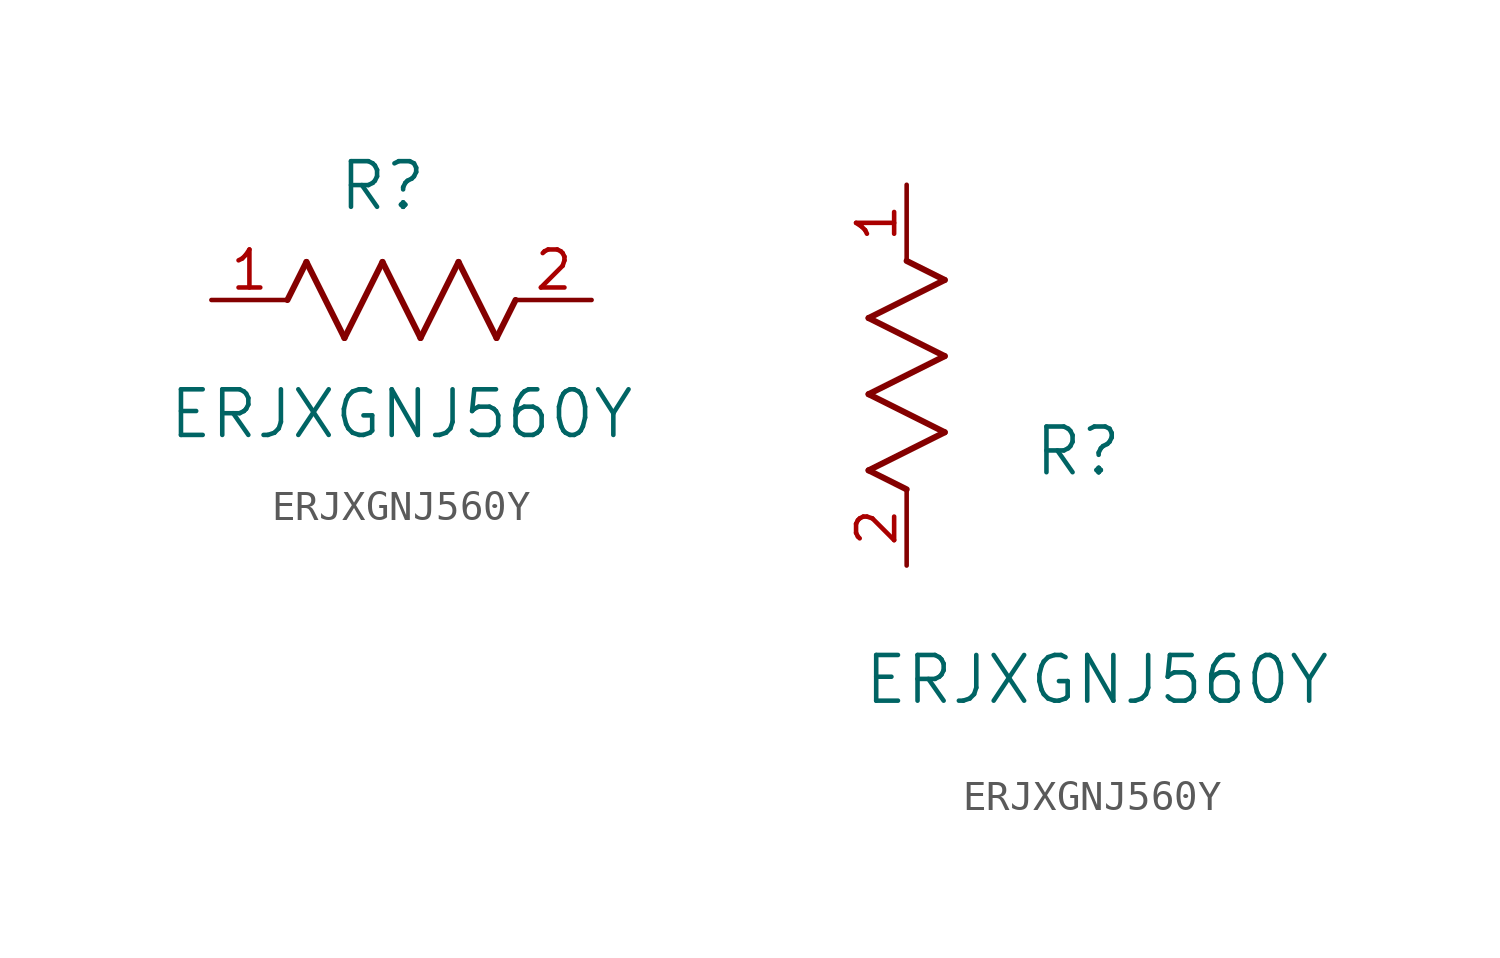
<source format=kicad_sym>
(kicad_symbol_lib
  (version 20211014)
  (generator kicad_symbol_editor)
  (symbol "ERJXGNJ560Y"
    (pin_names
      (offset 0.254))
    (property "Reference" "R"
      (at 5.715 3.81 0)
      (effects (font (size 1.524 1.524))))
    (property "Value" "ERJXGNJ560Y"
      (at 6.35 -3.81 0)
      (effects (font (size 1.524 1.524))))
    (symbol "ERJXGNJ560Y_1_1"
      (polyline (pts (xy 3.175 1.27) (xy 4.445 -1.27)) (stroke (width 0.203) (type default) (color 0 0 0 0)) (fill (type none)))
      (polyline (pts (xy 4.445 -1.27) (xy 5.715 1.27)) (stroke (width 0.203) (type default) (color 0 0 0 0)) (fill (type none)))
      (polyline (pts (xy 5.715 1.27) (xy 6.985 -1.27)) (stroke (width 0.203) (type default) (color 0 0 0 0)) (fill (type none)))
      (polyline (pts (xy 6.985 -1.27) (xy 8.255 1.27)) (stroke (width 0.203) (type default) (color 0 0 0 0)) (fill (type none)))
      (polyline (pts (xy 8.255 1.27) (xy 9.525 -1.27)) (stroke (width 0.203) (type default) (color 0 0 0 0)) (fill (type none)))
      (polyline (pts (xy 2.54 0) (xy 3.175 1.27)) (stroke (width 0.203) (type default) (color 0 0 0 0)) (fill (type none)))
      (polyline (pts (xy 9.525 -1.27) (xy 10.16 0)) (stroke (width 0.203) (type default) (color 0 0 0 0)) (fill (type none)))
      (pin unspecified line (at 0 0 0) (length 2.54) (name "" (effects (font (size 1.27 1.27)))) (number "1" (effects (font (size 1.27 1.27)))))
      (pin unspecified line (at 12.7 0 180) (length 2.54) (name "" (effects (font (size 1.27 1.27)))) (number "2" (effects (font (size 1.27 1.27))))))
    (symbol "ERJXGNJ560Y_1_2"
      (polyline (pts (xy 0 2.54) (xy -1.27 3.175)) (stroke (width 0.203) (type default) (color 0 0 0 0)) (fill (type none)))
      (polyline (pts (xy -1.27 3.175) (xy 1.27 4.445)) (stroke (width 0.203) (type default) (color 0 0 0 0)) (fill (type none)))
      (polyline (pts (xy 1.27 4.445) (xy -1.27 5.715)) (stroke (width 0.203) (type default) (color 0 0 0 0)) (fill (type none)))
      (polyline (pts (xy -1.27 5.715) (xy 1.27 6.985)) (stroke (width 0.203) (type default) (color 0 0 0 0)) (fill (type none)))
      (polyline (pts (xy -1.27 8.255) (xy 1.27 9.525)) (stroke (width 0.203) (type default) (color 0 0 0 0)) (fill (type none)))
      (polyline (pts (xy 1.27 9.525) (xy 0 10.16)) (stroke (width 0.203) (type default) (color 0 0 0 0)) (fill (type none)))
      (polyline (pts (xy 1.27 6.985) (xy -1.27 8.255)) (stroke (width 0.203) (type default) (color 0 0 0 0)) (fill (type none)))
      (pin unspecified line (at 0 12.7 270) (length 2.54) (name "" (effects (font (size 1.27 1.27)))) (number "1" (effects (font (size 1.27 1.27)))))
      (pin unspecified line (at 0 0 90) (length 2.54) (name "" (effects (font (size 1.27 1.27)))) (number "2" (effects (font (size 1.27 1.27))))))))
</source>
